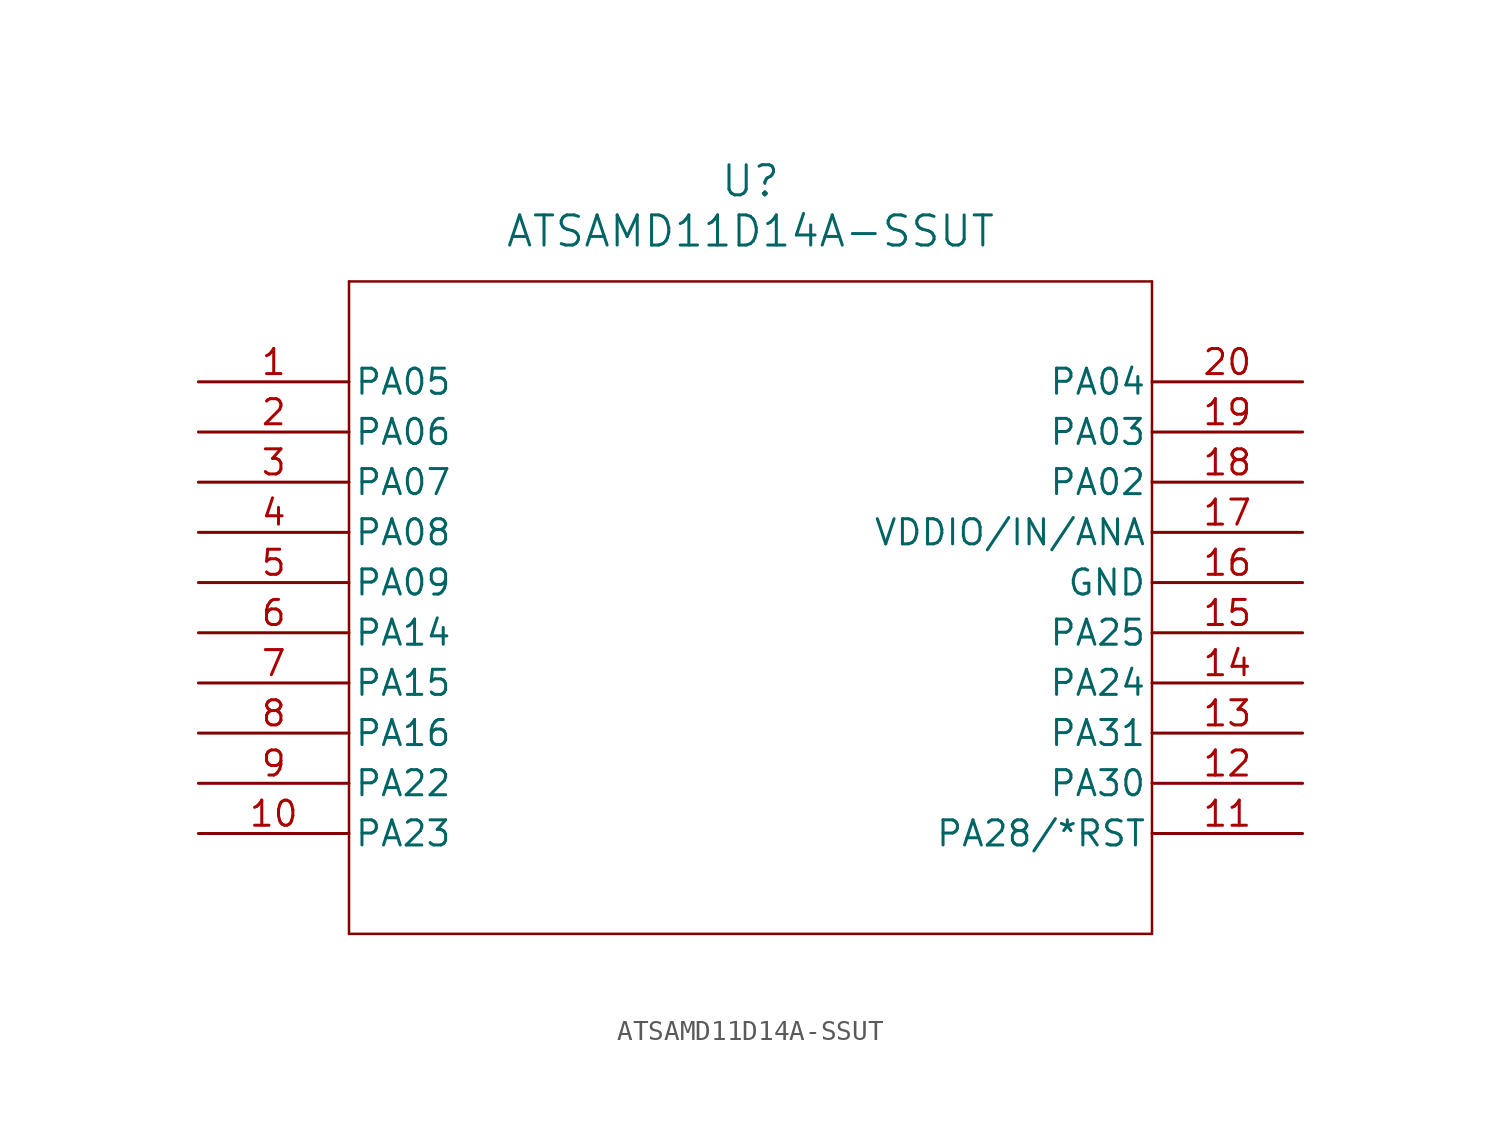
<source format=kicad_sym>
(kicad_symbol_lib
  (version 20211014)
  (generator kicad_symbol_editor)
  (symbol "ATSAMD11D14A-SSUT"
    (pin_names
      (offset 0.254))
    (property "Reference" "U"
      (at 27.94 10.16 0)
      (effects (font (size 1.524 1.524))))
    (property "Value" "ATSAMD11D14A-SSUT"
      (at 27.94 7.62 0)
      (effects (font (size 1.524 1.524))))
    (symbol "ATSAMD11D14A-SSUT_0_1"
      (polyline (pts (xy 7.62 5.08) (xy 7.62 -27.94)) (stroke (width 0.127) (type default) (color 0 0 0 0)) (fill (type none)))
      (polyline (pts (xy 7.62 -27.94) (xy 48.26 -27.94)) (stroke (width 0.127) (type default) (color 0 0 0 0)) (fill (type none)))
      (polyline (pts (xy 48.26 -27.94) (xy 48.26 5.08)) (stroke (width 0.127) (type default) (color 0 0 0 0)) (fill (type none)))
      (polyline (pts (xy 48.26 5.08) (xy 7.62 5.08)) (stroke (width 0.127) (type default) (color 0 0 0 0)) (fill (type none)))
      (pin bidirectional line (at 0 0 0) (length 7.62) (name "PA05" (effects (font (size 1.27 1.27)))) (number "1" (effects (font (size 1.27 1.27)))))
      (pin bidirectional line (at 0 -2.54 0) (length 7.62) (name "PA06" (effects (font (size 1.27 1.27)))) (number "2" (effects (font (size 1.27 1.27)))))
      (pin bidirectional line (at 0 -5.08 0) (length 7.62) (name "PA07" (effects (font (size 1.27 1.27)))) (number "3" (effects (font (size 1.27 1.27)))))
      (pin bidirectional line (at 0 -7.62 0) (length 7.62) (name "PA08" (effects (font (size 1.27 1.27)))) (number "4" (effects (font (size 1.27 1.27)))))
      (pin bidirectional line (at 0 -10.16 0) (length 7.62) (name "PA09" (effects (font (size 1.27 1.27)))) (number "5" (effects (font (size 1.27 1.27)))))
      (pin bidirectional line (at 0 -12.7 0) (length 7.62) (name "PA14" (effects (font (size 1.27 1.27)))) (number "6" (effects (font (size 1.27 1.27)))))
      (pin bidirectional line (at 0 -15.24 0) (length 7.62) (name "PA15" (effects (font (size 1.27 1.27)))) (number "7" (effects (font (size 1.27 1.27)))))
      (pin bidirectional line (at 0 -17.78 0) (length 7.62) (name "PA16" (effects (font (size 1.27 1.27)))) (number "8" (effects (font (size 1.27 1.27)))))
      (pin bidirectional line (at 0 -20.32 0) (length 7.62) (name "PA22" (effects (font (size 1.27 1.27)))) (number "9" (effects (font (size 1.27 1.27)))))
      (pin bidirectional line (at 0 -22.86 0) (length 7.62) (name "PA23" (effects (font (size 1.27 1.27)))) (number "10" (effects (font (size 1.27 1.27)))))
      (pin bidirectional line (at 55.88 -22.86 180) (length 7.62) (name "PA28/*RST" (effects (font (size 1.27 1.27)))) (number "11" (effects (font (size 1.27 1.27)))))
      (pin bidirectional line (at 55.88 -20.32 180) (length 7.62) (name "PA30" (effects (font (size 1.27 1.27)))) (number "12" (effects (font (size 1.27 1.27)))))
      (pin bidirectional line (at 55.88 -17.78 180) (length 7.62) (name "PA31" (effects (font (size 1.27 1.27)))) (number "13" (effects (font (size 1.27 1.27)))))
      (pin bidirectional line (at 55.88 -15.24 180) (length 7.62) (name "PA24" (effects (font (size 1.27 1.27)))) (number "14" (effects (font (size 1.27 1.27)))))
      (pin bidirectional line (at 55.88 -12.7 180) (length 7.62) (name "PA25" (effects (font (size 1.27 1.27)))) (number "15" (effects (font (size 1.27 1.27)))))
      (pin power_out line (at 55.88 -10.16 180) (length 7.62) (name "GND" (effects (font (size 1.27 1.27)))) (number "16" (effects (font (size 1.27 1.27)))))
      (pin power_in line (at 55.88 -7.62 180) (length 7.62) (name "VDDIO/IN/ANA" (effects (font (size 1.27 1.27)))) (number "17" (effects (font (size 1.27 1.27)))))
      (pin bidirectional line (at 55.88 -5.08 180) (length 7.62) (name "PA02" (effects (font (size 1.27 1.27)))) (number "18" (effects (font (size 1.27 1.27)))))
      (pin bidirectional line (at 55.88 -2.54 180) (length 7.62) (name "PA03" (effects (font (size 1.27 1.27)))) (number "19" (effects (font (size 1.27 1.27)))))
      (pin bidirectional line (at 55.88 0 180) (length 7.62) (name "PA04" (effects (font (size 1.27 1.27)))) (number "20" (effects (font (size 1.27 1.27))))))))
</source>
